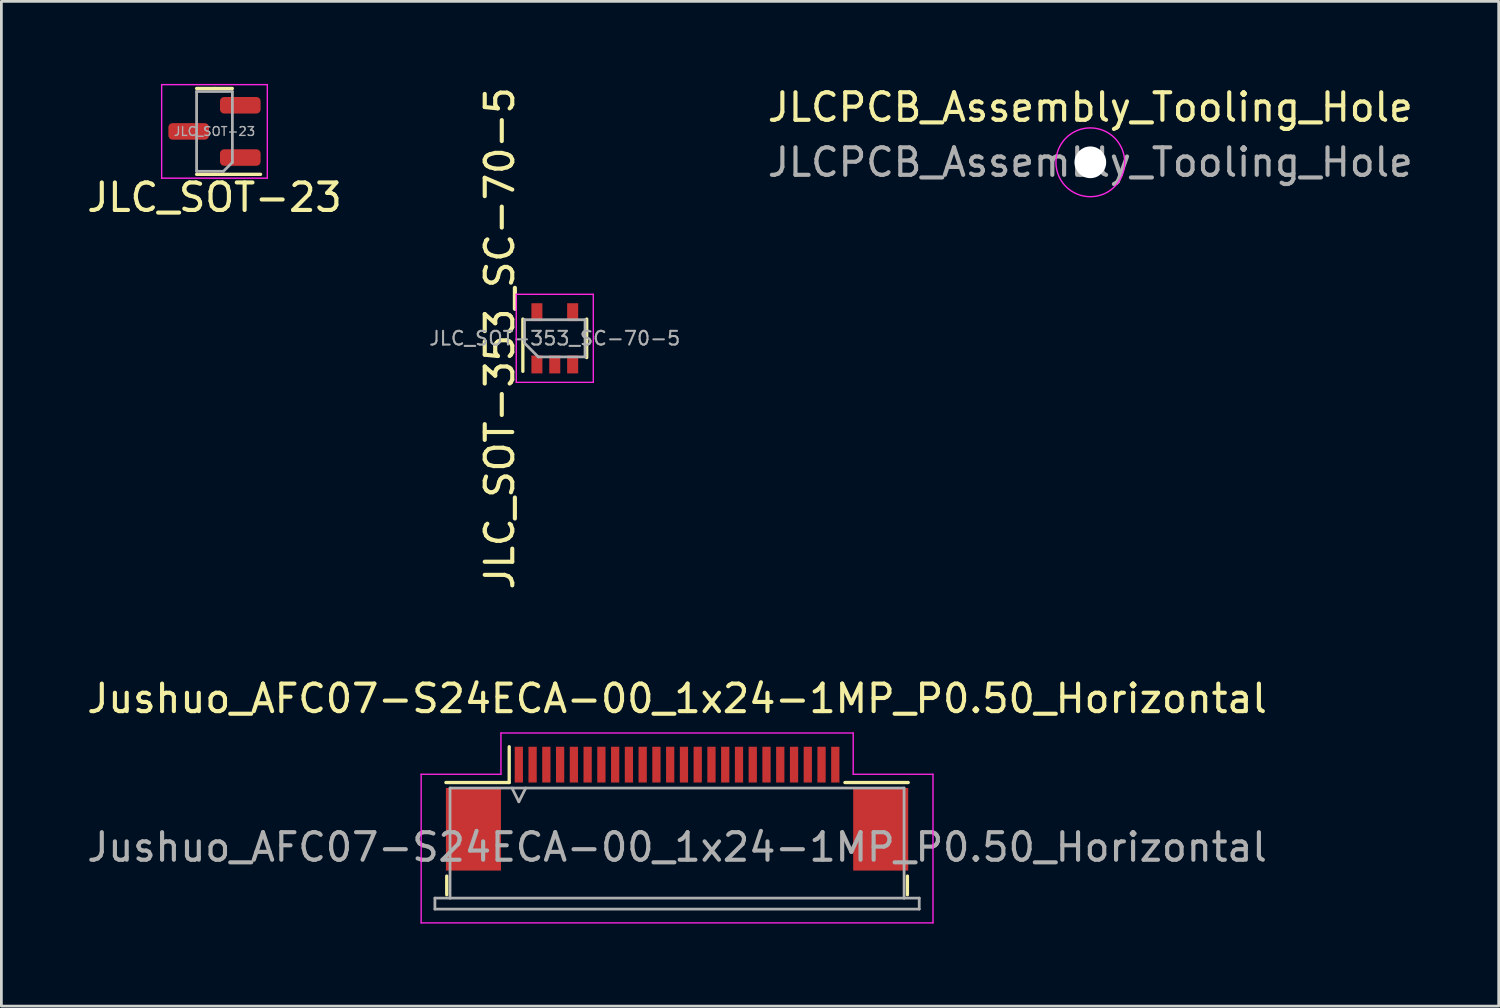
<source format=kicad_pcb>
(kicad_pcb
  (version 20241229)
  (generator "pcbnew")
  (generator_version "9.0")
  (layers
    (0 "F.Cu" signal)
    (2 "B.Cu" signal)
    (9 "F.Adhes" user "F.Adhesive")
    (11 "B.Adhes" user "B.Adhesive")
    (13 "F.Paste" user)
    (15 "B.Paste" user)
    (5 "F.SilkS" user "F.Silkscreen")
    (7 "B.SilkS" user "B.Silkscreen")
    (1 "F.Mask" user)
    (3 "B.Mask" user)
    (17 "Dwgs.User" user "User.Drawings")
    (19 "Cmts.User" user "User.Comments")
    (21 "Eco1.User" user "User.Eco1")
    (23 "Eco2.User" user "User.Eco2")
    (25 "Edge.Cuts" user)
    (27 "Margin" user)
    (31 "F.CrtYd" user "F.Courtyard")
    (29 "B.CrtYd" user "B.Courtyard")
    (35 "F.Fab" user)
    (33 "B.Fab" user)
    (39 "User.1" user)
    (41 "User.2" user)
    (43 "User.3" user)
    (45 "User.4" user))
  (footprint "JLCPCB_Assembly_Tooling_Hole"
    (layer "F.Cu")
    (at 36.571 2.848)
    (property "Reference" "JLCPCB_Assembly_Tooling_Hole" (at 0 -2 0) (layer "F.SilkS") (effects (font (size 1 1) (thickness 0.15))))
    (attr exclude_from_pos_files exclude_from_bom)
    (fp_circle (center 0 0) (end 1.25 0) (stroke (width 0.05) (type solid)) (fill no) (layer "F.CrtYd"))
    (fp_text user "${REFERENCE}" (at 0 0 0) (layer "F.Fab") (effects (font (size 1 1) (thickness 0.15))))
    (pad "" np_thru_hole circle (at 0 0) (size 1.152 1.152) (drill 1.152) (layers "*.Cu" "*.Mask")))
  (footprint "Jushuo_AFC07-S24ECA-00_1x24-1MP_P0.50_Horizontal"
    (layer "F.Cu")
    (at 21.554 26.336)
    (property "Reference" "Jushuo_AFC07-S24ECA-00_1x24-1MP_P0.50_Horizontal" (at 0 -4 0) (layer "F.SilkS") (effects (font (size 1 1) (thickness 0.15))))
    (attr smd)
    (fp_line (start -8.37 2.45) (end -8.37 3.13) (stroke (width 0.12) (type solid)) (layer "F.SilkS"))
    (fp_line (start -6.1 -0.95) (end -8.4 -0.95) (stroke (width 0.12) (type solid)) (layer "F.SilkS"))
    (fp_line (start -6.1 -0.95) (end -6.1 -2.25) (stroke (width 0.12) (type solid)) (layer "F.SilkS"))
    (fp_line (start 6.1 -0.95) (end 8.4 -0.95) (stroke (width 0.12) (type solid)) (layer "F.SilkS"))
    (fp_line (start 8.37 2.45) (end 8.37 3.13) (stroke (width 0.12) (type solid)) (layer "F.SilkS"))
    (fp_line (start -9.3 -1.25) (end -9.3 4.15) (stroke (width 0.05) (type solid)) (layer "F.CrtYd"))
    (fp_line (start -9.3 4.15) (end 9.3 4.15) (stroke (width 0.05) (type solid)) (layer "F.CrtYd"))
    (fp_line (start -6.4 -2.75) (end -6.4 -1.25) (stroke (width 0.05) (type solid)) (layer "F.CrtYd"))
    (fp_line (start -6.4 -1.25) (end -9.3 -1.25) (stroke (width 0.05) (type solid)) (layer "F.CrtYd"))
    (fp_line (start 6.4 -2.75) (end -6.4 -2.75) (stroke (width 0.05) (type solid)) (layer "F.CrtYd"))
    (fp_line (start 6.4 -1.25) (end 6.4 -2.75) (stroke (width 0.05) (type solid)) (layer "F.CrtYd"))
    (fp_line (start 9.3 -1.25) (end 6.4 -1.25) (stroke (width 0.05) (type solid)) (layer "F.CrtYd"))
    (fp_line (start 9.3 4.15) (end 9.3 -1.25) (stroke (width 0.05) (type solid)) (layer "F.CrtYd"))
    (fp_line (start -8.8 3.25) (end -8.8 3.65) (stroke (width 0.1) (type solid)) (layer "F.Fab"))
    (fp_line (start -8.8 3.65) (end 8.8 3.65) (stroke (width 0.1) (type solid)) (layer "F.Fab"))
    (fp_line (start -8.25 -0.75) (end 8.25 -0.75) (stroke (width 0.1) (type solid)) (layer "F.Fab"))
    (fp_line (start -8.25 3.25) (end -8.8 3.25) (stroke (width 0.1) (type solid)) (layer "F.Fab"))
    (fp_line (start -8.25 3.25) (end -8.25 -0.75) (stroke (width 0.1) (type solid)) (layer "F.Fab"))
    (fp_line (start -6 -0.75) (end -5.75 -0.25) (stroke (width 0.1) (type solid)) (layer "F.Fab"))
    (fp_line (start -5.75 -0.25) (end -5.5 -0.75) (stroke (width 0.1) (type solid)) (layer "F.Fab"))
    (fp_line (start 8.25 3.25) (end -8.25 3.25) (stroke (width 0.1) (type solid)) (layer "F.Fab"))
    (fp_line (start 8.25 3.25) (end 8.25 -0.75) (stroke (width 0.1) (type solid)) (layer "F.Fab"))
    (fp_line (start 8.8 3.25) (end 8.25 3.25) (stroke (width 0.1) (type solid)) (layer "F.Fab"))
    (fp_line (start 8.8 3.65) (end 8.8 3.25) (stroke (width 0.1) (type solid)) (layer "F.Fab"))
    (fp_text user "${REFERENCE}" (at 0 1.4 0) (unlocked yes) (layer "F.Fab") (effects (font (size 1 1) (thickness 0.15))))
    (pad "1" smd rect (at -5.75 -1.6) (size 0.3 1.3) (layers "F.Cu" "F.Mask" "F.Paste"))
    (pad "2" smd rect (at -5.25 -1.6) (size 0.3 1.3) (layers "F.Cu" "F.Mask" "F.Paste"))
    (pad "3" smd rect (at -4.75 -1.6) (size 0.3 1.3) (layers "F.Cu" "F.Mask" "F.Paste"))
    (pad "4" smd rect (at -4.25 -1.6) (size 0.3 1.3) (layers "F.Cu" "F.Mask" "F.Paste"))
    (pad "5" smd rect (at -3.75 -1.6) (size 0.3 1.3) (layers "F.Cu" "F.Mask" "F.Paste"))
    (pad "6" smd rect (at -3.25 -1.6) (size 0.3 1.3) (layers "F.Cu" "F.Mask" "F.Paste"))
    (pad "7" smd rect (at -2.75 -1.6) (size 0.3 1.3) (layers "F.Cu" "F.Mask" "F.Paste"))
    (pad "8" smd rect (at -2.25 -1.6) (size 0.3 1.3) (layers "F.Cu" "F.Mask" "F.Paste"))
    (pad "9" smd rect (at -1.75 -1.6) (size 0.3 1.3) (layers "F.Cu" "F.Mask" "F.Paste"))
    (pad "10" smd rect (at -1.25 -1.6) (size 0.3 1.3) (layers "F.Cu" "F.Mask" "F.Paste"))
    (pad "11" smd rect (at -0.75 -1.6) (size 0.3 1.3) (layers "F.Cu" "F.Mask" "F.Paste"))
    (pad "12" smd rect (at -0.25 -1.6) (size 0.3 1.3) (layers "F.Cu" "F.Mask" "F.Paste"))
    (pad "13" smd rect (at 0.25 -1.6) (size 0.3 1.3) (layers "F.Cu" "F.Mask" "F.Paste"))
    (pad "14" smd rect (at 0.75 -1.6) (size 0.3 1.3) (layers "F.Cu" "F.Mask" "F.Paste"))
    (pad "15" smd rect (at 1.25 -1.6) (size 0.3 1.3) (layers "F.Cu" "F.Mask" "F.Paste"))
    (pad "16" smd rect (at 1.75 -1.6) (size 0.3 1.3) (layers "F.Cu" "F.Mask" "F.Paste"))
    (pad "17" smd rect (at 2.25 -1.6) (size 0.3 1.3) (layers "F.Cu" "F.Mask" "F.Paste"))
    (pad "18" smd rect (at 2.75 -1.6) (size 0.3 1.3) (layers "F.Cu" "F.Mask" "F.Paste"))
    (pad "19" smd rect (at 3.25 -1.6) (size 0.3 1.3) (layers "F.Cu" "F.Mask" "F.Paste"))
    (pad "20" smd rect (at 3.75 -1.6) (size 0.3 1.3) (layers "F.Cu" "F.Mask" "F.Paste"))
    (pad "21" smd rect (at 4.25 -1.6) (size 0.3 1.3) (layers "F.Cu" "F.Mask" "F.Paste"))
    (pad "22" smd rect (at 4.75 -1.6) (size 0.3 1.3) (layers "F.Cu" "F.Mask" "F.Paste"))
    (pad "23" smd rect (at 5.25 -1.6) (size 0.3 1.3) (layers "F.Cu" "F.Mask" "F.Paste"))
    (pad "24" smd rect (at 5.75 -1.6) (size 0.3 1.3) (layers "F.Cu" "F.Mask" "F.Paste"))
    (pad "MP" smd rect (at -7.4 0.75) (size 2 3) (layers "F.Cu" "F.Mask" "F.Paste"))
    (pad "MP" smd rect (at 7.4 0.75) (size 2 3) (layers "F.Cu" "F.Mask" "F.Paste")))
  (footprint "JLC_SOT-23"
    (layer "F.Cu")
    (at 4.744 1.725)
    (property "Reference" "JLC_SOT-23" (at 0 2.4 180) (layer "F.SilkS") (effects (font (size 1 1) (thickness 0.15))))
    (attr smd)
    (fp_line (start 0 -1.56) (end -0.65 -1.56) (stroke (width 0.12) (type solid)) (layer "F.SilkS"))
    (fp_line (start 0 -1.56) (end 0.65 -1.56) (stroke (width 0.12) (type solid)) (layer "F.SilkS"))
    (fp_line (start 0 1.56) (end -0.65 1.56) (stroke (width 0.12) (type solid)) (layer "F.SilkS"))
    (fp_line (start 0 1.56) (end 1.675 1.56) (stroke (width 0.12) (type solid)) (layer "F.SilkS"))
    (fp_line (start -1.92 -1.7) (end -1.92 1.7) (stroke (width 0.05) (type solid)) (layer "F.CrtYd"))
    (fp_line (start -1.92 1.7) (end 1.92 1.7) (stroke (width 0.05) (type solid)) (layer "F.CrtYd"))
    (fp_line (start 1.92 -1.7) (end -1.92 -1.7) (stroke (width 0.05) (type solid)) (layer "F.CrtYd"))
    (fp_line (start 1.92 1.7) (end 1.92 -1.7) (stroke (width 0.05) (type solid)) (layer "F.CrtYd"))
    (fp_line (start -0.65 -1.45) (end 0.65 -1.45) (stroke (width 0.1) (type solid)) (layer "F.Fab"))
    (fp_line (start -0.65 1.45) (end -0.65 -1.45) (stroke (width 0.1) (type solid)) (layer "F.Fab"))
    (fp_line (start 0.325 1.45) (end -0.65 1.45) (stroke (width 0.1) (type solid)) (layer "F.Fab"))
    (fp_line (start 0.65 -1.45) (end 0.65 1.125) (stroke (width 0.1) (type solid)) (layer "F.Fab"))
    (fp_line (start 0.65 1.125) (end 0.325 1.45) (stroke (width 0.1) (type solid)) (layer "F.Fab"))
    (fp_text user "${REFERENCE}" (at 0 0 180) (layer "F.Fab") (effects (font (size 0.32 0.32) (thickness 0.05))))
    (pad "1" smd roundrect (at 0.938 0.95 180) (size 1.475 0.6) (layers "F.Cu" "F.Mask" "F.Paste") (roundrect_rratio 0.25))
    (pad "2" smd roundrect (at 0.938 -0.95 180) (size 1.475 0.6) (layers "F.Cu" "F.Mask" "F.Paste") (roundrect_rratio 0.25))
    (pad "3" smd roundrect (at -0.938 0 180) (size 1.475 0.6) (layers "F.Cu" "F.Mask" "F.Paste") (roundrect_rratio 0.25)))
  (footprint "JLC_SOT-353_SC-70-5"
    (layer "F.Cu")
    (at 17.11 9.244)
    (property "Reference" "JLC_SOT-353_SC-70-5" (at -2 0 90) (layer "F.SilkS") (effects (font (size 1 1) (thickness 0.15))))
    (attr smd)
    (fp_line (start -1.16 -0.7) (end -1.16 1.2) (stroke (width 0.12) (type solid)) (layer "F.SilkS"))
    (fp_line (start 1.16 0.7) (end 1.16 -0.7) (stroke (width 0.12) (type solid)) (layer "F.SilkS"))
    (fp_line (start -1.4 1.6) (end -1.4 -1.6) (stroke (width 0.05) (type solid)) (layer "F.CrtYd"))
    (fp_line (start -1.4 1.6) (end 1.4 1.6) (stroke (width 0.05) (type solid)) (layer "F.CrtYd"))
    (fp_line (start 1.4 -1.6) (end -1.4 -1.6) (stroke (width 0.05) (type solid)) (layer "F.CrtYd"))
    (fp_line (start 1.4 1.6) (end 1.4 -1.6) (stroke (width 0.05) (type solid)) (layer "F.CrtYd"))
    (fp_line (start -1.1 -0.675) (end -1.1 0.175) (stroke (width 0.1) (type solid)) (layer "F.Fab"))
    (fp_line (start -1.1 -0.675) (end 1.1 -0.675) (stroke (width 0.1) (type solid)) (layer "F.Fab"))
    (fp_line (start -1.1 0.175) (end -0.6 0.675) (stroke (width 0.1) (type solid)) (layer "F.Fab"))
    (fp_line (start -0.6 0.675) (end 1.1 0.675) (stroke (width 0.1) (type solid)) (layer "F.Fab"))
    (fp_line (start 1.1 -0.675) (end 1.1 0.675) (stroke (width 0.1) (type solid)) (layer "F.Fab"))
    (fp_text user "${REFERENCE}" (at 0 0 180) (layer "F.Fab") (effects (font (size 0.5 0.5) (thickness 0.075))))
    (pad "1" smd rect (at -0.65 0.95 90) (size 0.65 0.4) (layers "F.Cu" "F.Mask" "F.Paste"))
    (pad "2" smd rect (at 0 0.95 90) (size 0.65 0.4) (layers "F.Cu" "F.Mask" "F.Paste"))
    (pad "3" smd rect (at 0.65 0.95 90) (size 0.65 0.4) (layers "F.Cu" "F.Mask" "F.Paste"))
    (pad "4" smd rect (at 0.65 -0.95 90) (size 0.65 0.4) (layers "F.Cu" "F.Mask" "F.Paste"))
    (pad "5" smd rect (at -0.65 -0.95 90) (size 0.65 0.4) (layers "F.Cu" "F.Mask" "F.Paste")))
  (gr_rect
    (start -3 -3)
    (end 51.411 33.511)
    (stroke (width 0.1) (type default))
    (fill no)
    (layer "Edge.Cuts")))
</source>
